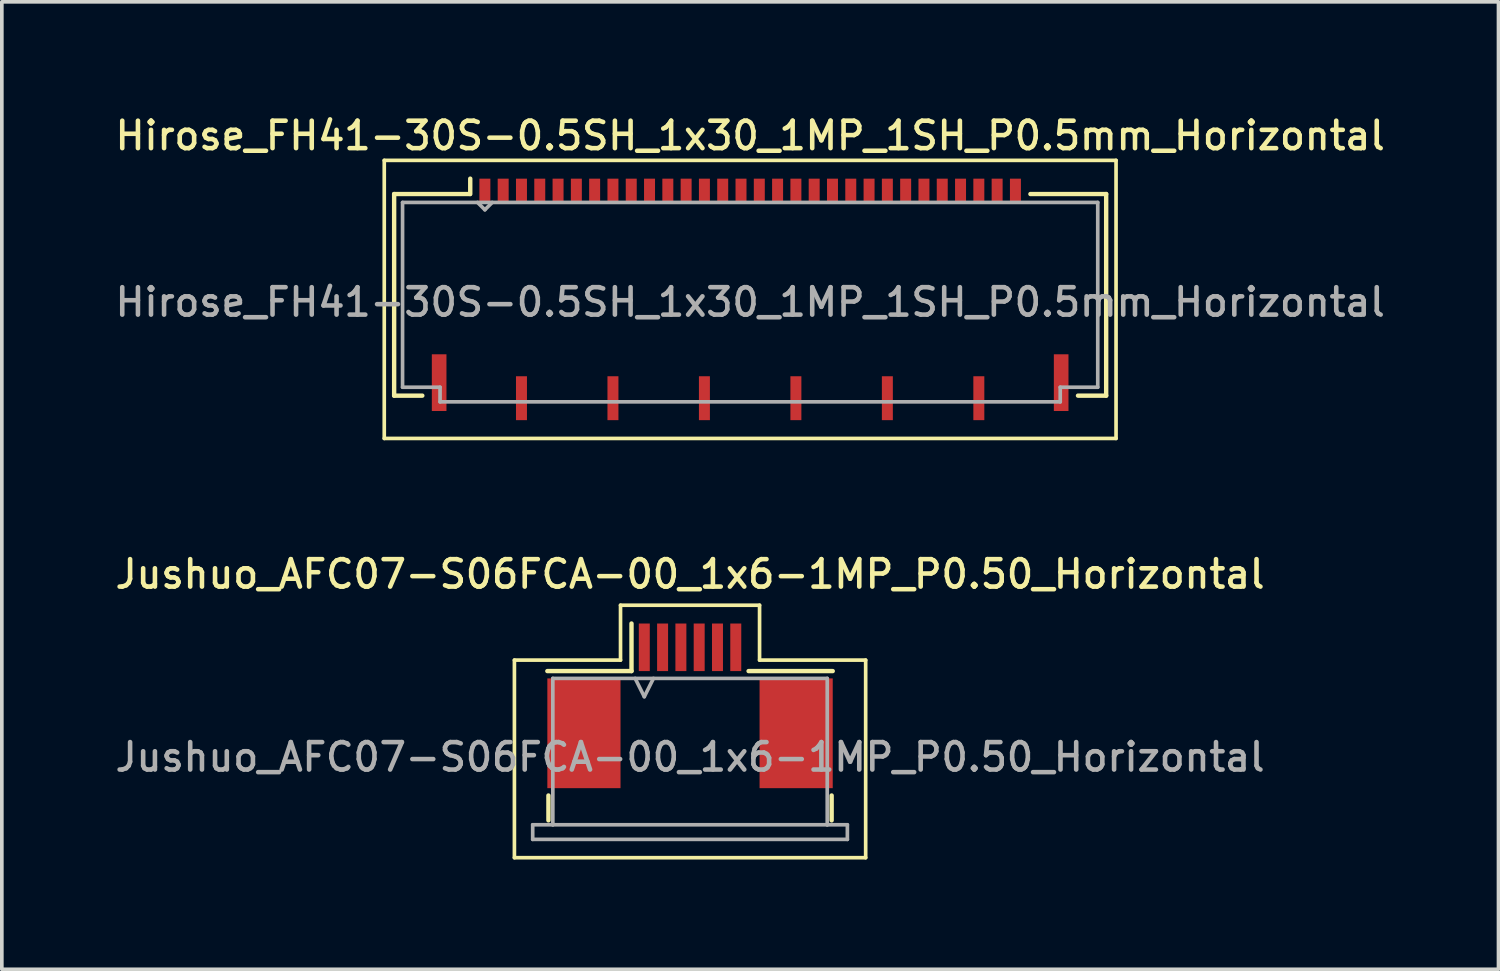
<source format=kicad_pcb>
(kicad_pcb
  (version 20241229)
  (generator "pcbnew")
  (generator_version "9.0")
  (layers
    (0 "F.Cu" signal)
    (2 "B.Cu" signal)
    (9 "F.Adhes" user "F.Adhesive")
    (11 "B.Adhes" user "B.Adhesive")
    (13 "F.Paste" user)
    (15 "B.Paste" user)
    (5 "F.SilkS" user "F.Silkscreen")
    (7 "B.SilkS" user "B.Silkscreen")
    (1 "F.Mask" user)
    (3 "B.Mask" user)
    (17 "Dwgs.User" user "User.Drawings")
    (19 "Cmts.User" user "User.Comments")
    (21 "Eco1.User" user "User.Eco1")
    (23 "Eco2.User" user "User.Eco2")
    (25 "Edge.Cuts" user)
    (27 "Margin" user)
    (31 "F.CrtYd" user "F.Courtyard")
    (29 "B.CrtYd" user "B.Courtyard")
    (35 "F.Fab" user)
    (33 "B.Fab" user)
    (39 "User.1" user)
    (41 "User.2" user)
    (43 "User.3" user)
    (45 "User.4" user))
  (footprint "Jushuo_AFC07-S06FCA-00_1x6-1MP_P0.50_Horizontal"
    (layer "F.Cu")
    (at 15.809 16.241)
    (property "Reference" "Jushuo_AFC07-S06FCA-00_1x6-1MP_P0.50_Horizontal" (at 0 -3.6 0) (layer "F.SilkS") (effects (font (size 0.75 0.75) (thickness 0.125))))
    (attr smd)
    (fp_line (start -4.8 -1.25) (end -4.8 4.15) (stroke (width 0.1) (type solid)) (layer "F.SilkS"))
    (fp_line (start -4.8 4.15) (end 4.8 4.15) (stroke (width 0.1) (type solid)) (layer "F.SilkS"))
    (fp_line (start -3.87 2.45) (end -3.87 3.13) (stroke (width 0.12) (type solid)) (layer "F.SilkS"))
    (fp_line (start -1.9 -2.75) (end -1.9 -1.25) (stroke (width 0.1) (type solid)) (layer "F.SilkS"))
    (fp_line (start -1.9 -1.25) (end -4.8 -1.25) (stroke (width 0.1) (type solid)) (layer "F.SilkS"))
    (fp_line (start -1.6 -0.95) (end -3.9 -0.95) (stroke (width 0.12) (type solid)) (layer "F.SilkS"))
    (fp_line (start -1.6 -0.95) (end -1.6 -2.25) (stroke (width 0.12) (type solid)) (layer "F.SilkS"))
    (fp_line (start 1.6 -0.95) (end 3.9 -0.95) (stroke (width 0.12) (type solid)) (layer "F.SilkS"))
    (fp_line (start 1.9 -2.75) (end -1.9 -2.75) (stroke (width 0.1) (type solid)) (layer "F.SilkS"))
    (fp_line (start 1.9 -1.25) (end 1.9 -2.75) (stroke (width 0.1) (type solid)) (layer "F.SilkS"))
    (fp_line (start 3.87 2.45) (end 3.87 3.13) (stroke (width 0.12) (type solid)) (layer "F.SilkS"))
    (fp_line (start 4.8 -1.25) (end 1.9 -1.25) (stroke (width 0.1) (type solid)) (layer "F.SilkS"))
    (fp_line (start 4.8 4.15) (end 4.8 -1.25) (stroke (width 0.1) (type solid)) (layer "F.SilkS"))
    (fp_line (start -4.3 3.25) (end -4.3 3.65) (stroke (width 0.1) (type solid)) (layer "F.Fab"))
    (fp_line (start -4.3 3.65) (end 4.3 3.65) (stroke (width 0.1) (type solid)) (layer "F.Fab"))
    (fp_line (start -3.75 -0.75) (end 3.75 -0.75) (stroke (width 0.1) (type solid)) (layer "F.Fab"))
    (fp_line (start -3.75 3.25) (end -4.3 3.25) (stroke (width 0.1) (type solid)) (layer "F.Fab"))
    (fp_line (start -3.75 3.25) (end -3.75 -0.75) (stroke (width 0.1) (type solid)) (layer "F.Fab"))
    (fp_line (start -1.5 -0.75) (end -1.25 -0.25) (stroke (width 0.1) (type solid)) (layer "F.Fab"))
    (fp_line (start -1.25 -0.25) (end -1 -0.75) (stroke (width 0.1) (type solid)) (layer "F.Fab"))
    (fp_line (start 3.75 3.25) (end -3.75 3.25) (stroke (width 0.1) (type solid)) (layer "F.Fab"))
    (fp_line (start 3.75 3.25) (end 3.75 -0.75) (stroke (width 0.1) (type solid)) (layer "F.Fab"))
    (fp_line (start 4.3 3.25) (end 3.75 3.25) (stroke (width 0.1) (type solid)) (layer "F.Fab"))
    (fp_line (start 4.3 3.65) (end 4.3 3.25) (stroke (width 0.1) (type solid)) (layer "F.Fab"))
    (fp_text user "${REFERENCE}" (at 0 1.4 0) (unlocked yes) (layer "F.Fab") (effects (font (size 0.75 0.75) (thickness 0.125))))
    (pad "1" smd rect (at -1.25 -1.6) (size 0.3 1.3) (layers "F.Cu" "F.Mask" "F.Paste"))
    (pad "2" smd rect (at -0.75 -1.6) (size 0.3 1.3) (layers "F.Cu" "F.Mask" "F.Paste"))
    (pad "3" smd rect (at -0.25 -1.6) (size 0.3 1.3) (layers "F.Cu" "F.Mask" "F.Paste"))
    (pad "4" smd rect (at 0.25 -1.6) (size 0.3 1.3) (layers "F.Cu" "F.Mask" "F.Paste"))
    (pad "5" smd rect (at 0.75 -1.6) (size 0.3 1.3) (layers "F.Cu" "F.Mask" "F.Paste"))
    (pad "6" smd rect (at 1.25 -1.6) (size 0.3 1.3) (layers "F.Cu" "F.Mask" "F.Paste"))
    (pad "MP" smd rect (at -2.9 0.75) (size 2 3) (layers "F.Cu" "F.Mask" "F.Paste"))
    (pad "MP" smd rect (at 2.9 0.75) (size 2 3) (layers "F.Cu" "F.Mask" "F.Paste")))
  (footprint "Hirose_FH41-30S-0.5SH_1x30_1MP_1SH_P0.5mm_Horizontal"
    (layer "F.Cu")
    (at 17.452 5.133)
    (property "Reference" "Hirose_FH41-30S-0.5SH_1x30_1MP_1SH_P0.5mm_Horizontal" (at 0 -4.475 0) (layer "F.SilkS") (effects (font (size 0.75 0.75) (thickness 0.125))))
    (attr smd)
    (fp_line (start -10 -3.8) (end -10 3.8) (stroke (width 0.1) (type solid)) (layer "F.SilkS"))
    (fp_line (start -10 -3.8) (end 10 -3.8) (stroke (width 0.1) (type solid)) (layer "F.SilkS"))
    (fp_line (start -10 3.8) (end 10 3.8) (stroke (width 0.1) (type solid)) (layer "F.SilkS"))
    (fp_line (start -9.73 -2.88) (end -9.73 2.63) (stroke (width 0.12) (type solid)) (layer "F.SilkS"))
    (fp_line (start -9.73 2.63) (end -8.96 2.63) (stroke (width 0.12) (type solid)) (layer "F.SilkS"))
    (fp_line (start -7.66 -2.88) (end -9.73 -2.88) (stroke (width 0.12) (type solid)) (layer "F.SilkS"))
    (fp_line (start -7.65 -2.88) (end -7.65 -3.3) (stroke (width 0.12) (type solid)) (layer "F.SilkS"))
    (fp_line (start 7.66 -2.88) (end 9.73 -2.88) (stroke (width 0.12) (type solid)) (layer "F.SilkS"))
    (fp_line (start 9.73 -2.88) (end 9.73 2.63) (stroke (width 0.12) (type solid)) (layer "F.SilkS"))
    (fp_line (start 9.73 2.63) (end 8.96 2.63) (stroke (width 0.12) (type solid)) (layer "F.SilkS"))
    (fp_line (start 10 -3.8) (end 10 3.8) (stroke (width 0.1) (type solid)) (layer "F.SilkS"))
    (fp_line (start -9.5 -2.65) (end 9.5 -2.65) (stroke (width 0.1) (type solid)) (layer "F.Fab"))
    (fp_line (start -9.5 2.4) (end -9.5 -2.65) (stroke (width 0.1) (type solid)) (layer "F.Fab"))
    (fp_line (start -8.475 2.4) (end -9.5 2.4) (stroke (width 0.1) (type solid)) (layer "F.Fab"))
    (fp_line (start -8.475 2.8) (end -8.475 2.4) (stroke (width 0.1) (type solid)) (layer "F.Fab"))
    (fp_line (start -7.45 -2.65) (end -7.25 -2.45) (stroke (width 0.1) (type solid)) (layer "F.Fab"))
    (fp_line (start -7.25 -2.45) (end -7.05 -2.65) (stroke (width 0.1) (type solid)) (layer "F.Fab"))
    (fp_line (start 8.475 2.4) (end 8.475 2.8) (stroke (width 0.1) (type solid)) (layer "F.Fab"))
    (fp_line (start 8.475 2.8) (end -8.475 2.8) (stroke (width 0.1) (type solid)) (layer "F.Fab"))
    (fp_line (start 9.5 -2.65) (end 9.5 2.4) (stroke (width 0.1) (type solid)) (layer "F.Fab"))
    (fp_line (start 9.5 2.4) (end 8.475 2.4) (stroke (width 0.1) (type solid)) (layer "F.Fab"))
    (fp_text user "${REFERENCE}" (at 0 0.075 0) (layer "F.Fab") (effects (font (size 0.75 0.75) (thickness 0.125))))
    (pad "1" smd rect (at -7.25 -2.975) (size 0.3 0.65) (layers "F.Cu" "F.Mask" "F.Paste"))
    (pad "2" smd rect (at -6.75 -2.975) (size 0.3 0.65) (layers "F.Cu" "F.Mask" "F.Paste"))
    (pad "3" smd rect (at -6.25 -2.975) (size 0.3 0.65) (layers "F.Cu" "F.Mask" "F.Paste"))
    (pad "4" smd rect (at -5.75 -2.975) (size 0.3 0.65) (layers "F.Cu" "F.Mask" "F.Paste"))
    (pad "5" smd rect (at -5.25 -2.975) (size 0.3 0.65) (layers "F.Cu" "F.Mask" "F.Paste"))
    (pad "6" smd rect (at -4.75 -2.975) (size 0.3 0.65) (layers "F.Cu" "F.Mask" "F.Paste"))
    (pad "7" smd rect (at -4.25 -2.975) (size 0.3 0.65) (layers "F.Cu" "F.Mask" "F.Paste"))
    (pad "8" smd rect (at -3.75 -2.975) (size 0.3 0.65) (layers "F.Cu" "F.Mask" "F.Paste"))
    (pad "9" smd rect (at -3.25 -2.975) (size 0.3 0.65) (layers "F.Cu" "F.Mask" "F.Paste"))
    (pad "10" smd rect (at -2.75 -2.975) (size 0.3 0.65) (layers "F.Cu" "F.Mask" "F.Paste"))
    (pad "11" smd rect (at -2.25 -2.975) (size 0.3 0.65) (layers "F.Cu" "F.Mask" "F.Paste"))
    (pad "12" smd rect (at -1.75 -2.975) (size 0.3 0.65) (layers "F.Cu" "F.Mask" "F.Paste"))
    (pad "13" smd rect (at -1.25 -2.975) (size 0.3 0.65) (layers "F.Cu" "F.Mask" "F.Paste"))
    (pad "14" smd rect (at -0.75 -2.975) (size 0.3 0.65) (layers "F.Cu" "F.Mask" "F.Paste"))
    (pad "15" smd rect (at -0.25 -2.975) (size 0.3 0.65) (layers "F.Cu" "F.Mask" "F.Paste"))
    (pad "16" smd rect (at 0.25 -2.975) (size 0.3 0.65) (layers "F.Cu" "F.Mask" "F.Paste"))
    (pad "17" smd rect (at 0.75 -2.975) (size 0.3 0.65) (layers "F.Cu" "F.Mask" "F.Paste"))
    (pad "18" smd rect (at 1.25 -2.975) (size 0.3 0.65) (layers "F.Cu" "F.Mask" "F.Paste"))
    (pad "19" smd rect (at 1.75 -2.975) (size 0.3 0.65) (layers "F.Cu" "F.Mask" "F.Paste"))
    (pad "20" smd rect (at 2.25 -2.975) (size 0.3 0.65) (layers "F.Cu" "F.Mask" "F.Paste"))
    (pad "21" smd rect (at 2.75 -2.975) (size 0.3 0.65) (layers "F.Cu" "F.Mask" "F.Paste"))
    (pad "22" smd rect (at 3.25 -2.975) (size 0.3 0.65) (layers "F.Cu" "F.Mask" "F.Paste"))
    (pad "23" smd rect (at 3.75 -2.975) (size 0.3 0.65) (layers "F.Cu" "F.Mask" "F.Paste"))
    (pad "24" smd rect (at 4.25 -2.975) (size 0.3 0.65) (layers "F.Cu" "F.Mask" "F.Paste"))
    (pad "25" smd rect (at 4.75 -2.975) (size 0.3 0.65) (layers "F.Cu" "F.Mask" "F.Paste"))
    (pad "26" smd rect (at 5.25 -2.975) (size 0.3 0.65) (layers "F.Cu" "F.Mask" "F.Paste"))
    (pad "27" smd rect (at 5.75 -2.975) (size 0.3 0.65) (layers "F.Cu" "F.Mask" "F.Paste"))
    (pad "28" smd rect (at 6.25 -2.975) (size 0.3 0.65) (layers "F.Cu" "F.Mask" "F.Paste"))
    (pad "29" smd rect (at 6.75 -2.975) (size 0.3 0.65) (layers "F.Cu" "F.Mask" "F.Paste"))
    (pad "30" smd rect (at 7.25 -2.975) (size 0.3 0.65) (layers "F.Cu" "F.Mask" "F.Paste"))
    (pad "MP" smd rect (at -8.5 2.275) (size 0.4 1.55) (layers "F.Cu" "F.Mask" "F.Paste"))
    (pad "MP" smd rect (at 8.5 2.275) (size 0.4 1.55) (layers "F.Cu" "F.Mask" "F.Paste"))
    (pad "SH" smd rect (at -6.25 2.7) (size 0.3 1.2) (layers "F.Cu" "F.Mask" "F.Paste"))
    (pad "SH" smd rect (at -3.75 2.7) (size 0.3 1.2) (layers "F.Cu" "F.Mask" "F.Paste"))
    (pad "SH" smd rect (at -1.25 2.7) (size 0.3 1.2) (layers "F.Cu" "F.Mask" "F.Paste"))
    (pad "SH" smd rect (at 1.25 2.7) (size 0.3 1.2) (layers "F.Cu" "F.Mask" "F.Paste"))
    (pad "SH" smd rect (at 3.75 2.7) (size 0.3 1.2) (layers "F.Cu" "F.Mask" "F.Paste"))
    (pad "SH" smd rect (at 6.25 2.7) (size 0.3 1.2) (layers "F.Cu" "F.Mask" "F.Paste")))
  (gr_rect
    (start -3 -3)
    (end 37.904 23.441)
    (stroke (width 0.1) (type default))
    (fill no)
    (layer "Edge.Cuts")))
</source>
